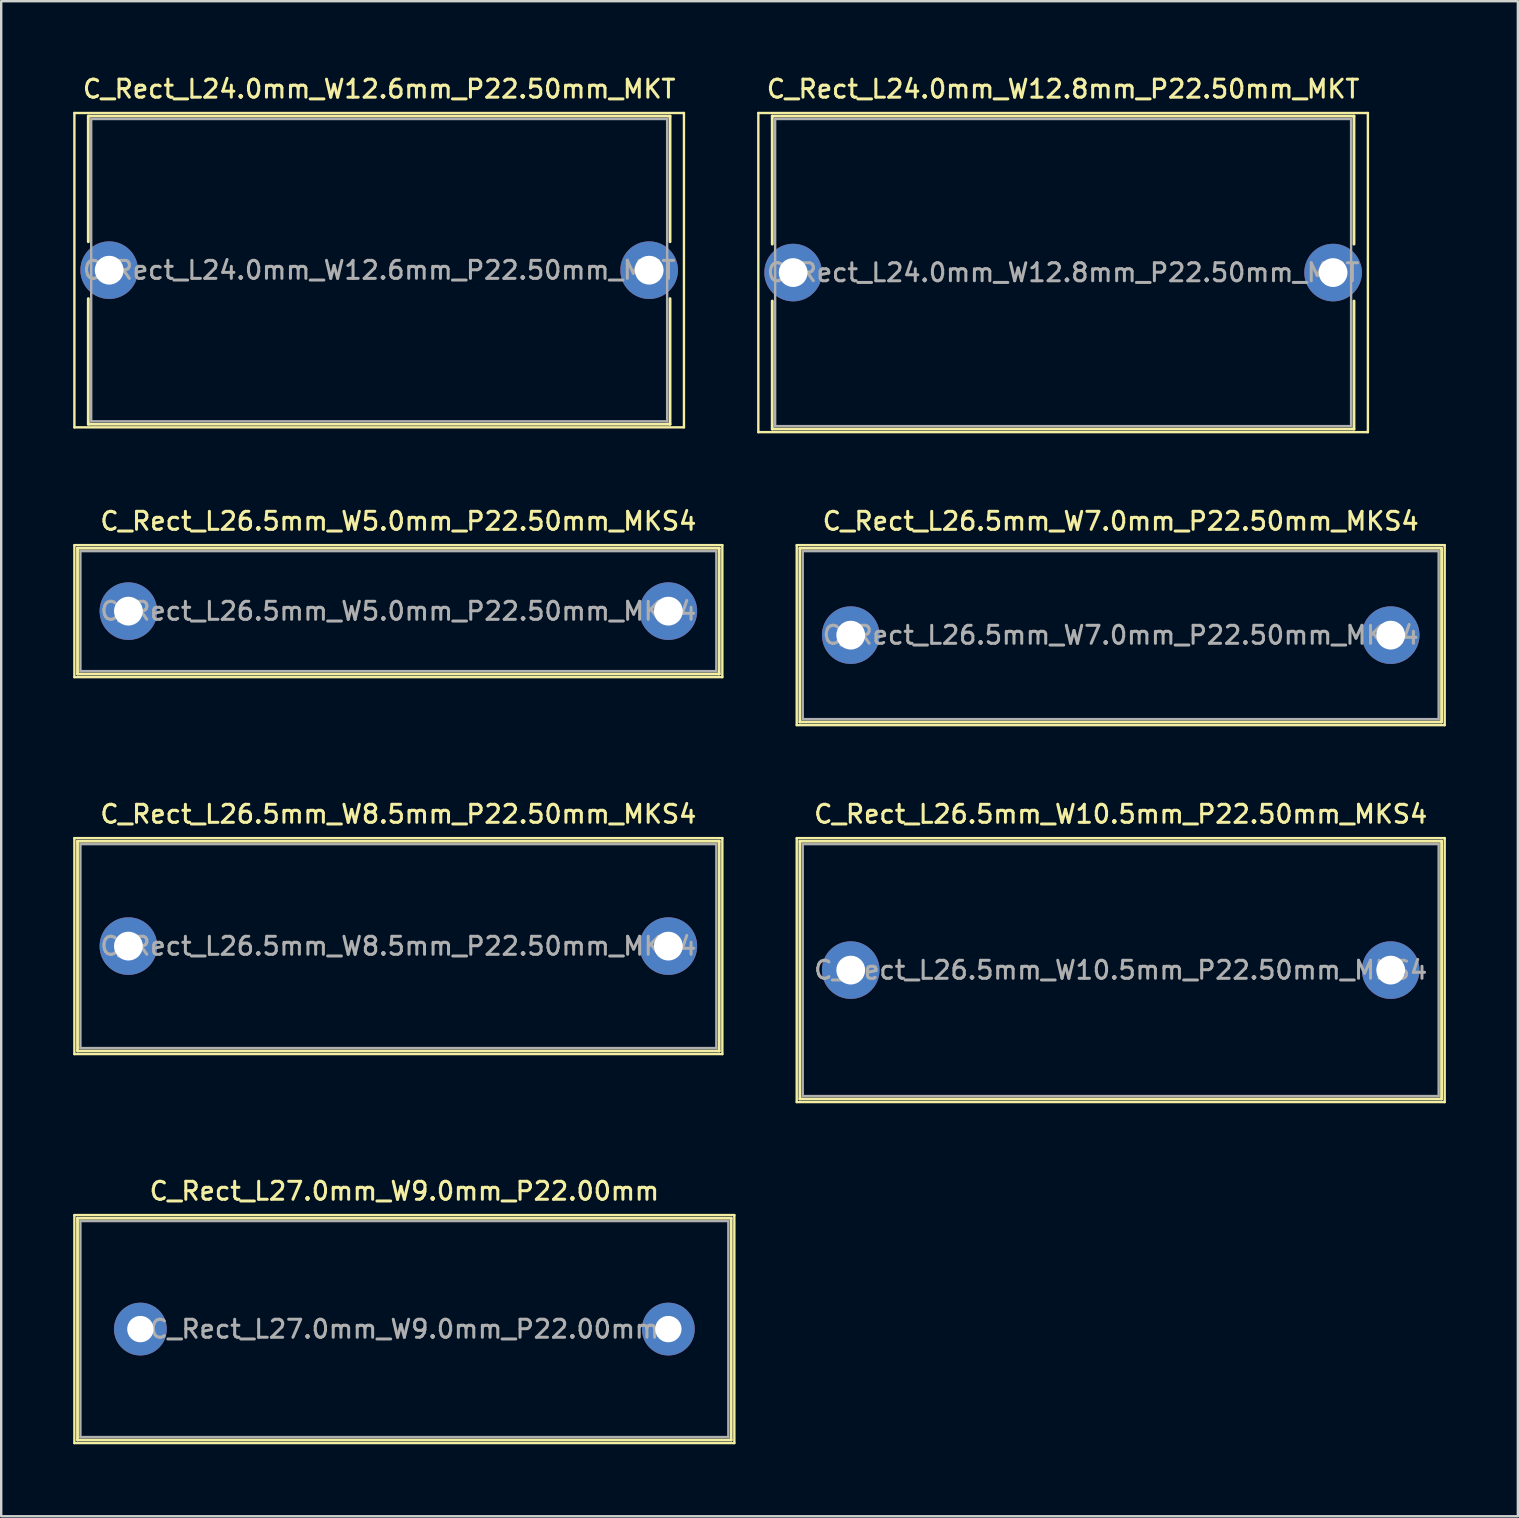
<source format=kicad_pcb>
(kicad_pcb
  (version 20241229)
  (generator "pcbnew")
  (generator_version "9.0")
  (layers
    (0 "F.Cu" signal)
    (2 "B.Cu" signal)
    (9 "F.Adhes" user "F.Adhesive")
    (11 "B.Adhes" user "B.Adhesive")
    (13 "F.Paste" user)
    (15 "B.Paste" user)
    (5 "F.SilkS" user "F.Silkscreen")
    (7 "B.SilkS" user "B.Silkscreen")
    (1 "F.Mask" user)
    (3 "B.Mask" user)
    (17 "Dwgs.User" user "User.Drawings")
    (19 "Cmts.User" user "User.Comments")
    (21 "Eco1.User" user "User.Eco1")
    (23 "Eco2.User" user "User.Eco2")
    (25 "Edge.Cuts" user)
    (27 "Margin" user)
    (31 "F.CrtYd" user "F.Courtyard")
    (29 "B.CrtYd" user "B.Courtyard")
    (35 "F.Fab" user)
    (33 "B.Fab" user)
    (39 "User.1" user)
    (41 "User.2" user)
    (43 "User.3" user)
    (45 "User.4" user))
  (footprint "C_Rect_L26.5mm_W5.0mm_P22.50mm_MKS4"
    (layer "F.Cu")
    (at 2.3 22.416)
    (property "Reference" "C_Rect_L26.5mm_W5.0mm_P22.50mm_MKS4" (at 11.25 -3.75 0) (layer "F.SilkS") (effects (font (size 0.75 0.75) (thickness 0.125))))
    (attr through_hole)
    (fp_line (start -2.25 -2.75) (end -2.25 2.75) (stroke (width 0.1) (type solid)) (layer "F.SilkS"))
    (fp_line (start -2.25 2.75) (end 24.75 2.75) (stroke (width 0.1) (type solid)) (layer "F.SilkS"))
    (fp_line (start -2.12 -2.62) (end -2.12 2.62) (stroke (width 0.12) (type solid)) (layer "F.SilkS"))
    (fp_line (start -2.12 -2.62) (end 24.62 -2.62) (stroke (width 0.12) (type solid)) (layer "F.SilkS"))
    (fp_line (start -2.12 2.62) (end 24.62 2.62) (stroke (width 0.12) (type solid)) (layer "F.SilkS"))
    (fp_line (start 24.62 -2.62) (end 24.62 2.62) (stroke (width 0.12) (type solid)) (layer "F.SilkS"))
    (fp_line (start 24.75 -2.75) (end -2.25 -2.75) (stroke (width 0.1) (type solid)) (layer "F.SilkS"))
    (fp_line (start 24.75 2.75) (end 24.75 -2.75) (stroke (width 0.1) (type solid)) (layer "F.SilkS"))
    (fp_line (start -2 -2.5) (end -2 2.5) (stroke (width 0.1) (type solid)) (layer "F.Fab"))
    (fp_line (start -2 2.5) (end 24.5 2.5) (stroke (width 0.1) (type solid)) (layer "F.Fab"))
    (fp_line (start 24.5 -2.5) (end -2 -2.5) (stroke (width 0.1) (type solid)) (layer "F.Fab"))
    (fp_line (start 24.5 2.5) (end 24.5 -2.5) (stroke (width 0.1) (type solid)) (layer "F.Fab"))
    (fp_text user "${REFERENCE}" (at 11.25 0 0) (layer "F.Fab") (effects (font (size 0.75 0.75) (thickness 0.125))))
    (pad "1" thru_hole circle (at 0 0) (size 2.4 2.4) (drill 1.2) (layers "*.Cu" "*.Mask"))
    (pad "2" thru_hole circle (at 22.5 0) (size 2.4 2.4) (drill 1.2) (layers "*.Cu" "*.Mask")))
  (footprint "C_Rect_L26.5mm_W10.5mm_P22.50mm_MKS4"
    (layer "F.Cu")
    (at 32.4 37.374)
    (property "Reference" "C_Rect_L26.5mm_W10.5mm_P22.50mm_MKS4" (at 11.25 -6.5 0) (layer "F.SilkS") (effects (font (size 0.75 0.75) (thickness 0.125))))
    (attr through_hole)
    (fp_line (start -2.25 -5.5) (end -2.25 5.5) (stroke (width 0.1) (type solid)) (layer "F.SilkS"))
    (fp_line (start -2.25 5.5) (end 24.75 5.5) (stroke (width 0.1) (type solid)) (layer "F.SilkS"))
    (fp_line (start -2.12 -5.37) (end -2.12 5.37) (stroke (width 0.12) (type solid)) (layer "F.SilkS"))
    (fp_line (start -2.12 -5.37) (end 24.62 -5.37) (stroke (width 0.12) (type solid)) (layer "F.SilkS"))
    (fp_line (start -2.12 5.37) (end 24.62 5.37) (stroke (width 0.12) (type solid)) (layer "F.SilkS"))
    (fp_line (start 24.62 -5.37) (end 24.62 5.37) (stroke (width 0.12) (type solid)) (layer "F.SilkS"))
    (fp_line (start 24.75 -5.5) (end -2.25 -5.5) (stroke (width 0.1) (type solid)) (layer "F.SilkS"))
    (fp_line (start 24.75 5.5) (end 24.75 -5.5) (stroke (width 0.1) (type solid)) (layer "F.SilkS"))
    (fp_line (start -2 -5.25) (end -2 5.25) (stroke (width 0.1) (type solid)) (layer "F.Fab"))
    (fp_line (start -2 5.25) (end 24.5 5.25) (stroke (width 0.1) (type solid)) (layer "F.Fab"))
    (fp_line (start 24.5 -5.25) (end -2 -5.25) (stroke (width 0.1) (type solid)) (layer "F.Fab"))
    (fp_line (start 24.5 5.25) (end 24.5 -5.25) (stroke (width 0.1) (type solid)) (layer "F.Fab"))
    (fp_text user "${REFERENCE}" (at 11.25 0 0) (layer "F.Fab") (effects (font (size 0.75 0.75) (thickness 0.125))))
    (pad "1" thru_hole circle (at 0 0) (size 2.4 2.4) (drill 1.2) (layers "*.Cu" "*.Mask"))
    (pad "2" thru_hole circle (at 22.5 0) (size 2.4 2.4) (drill 1.2) (layers "*.Cu" "*.Mask")))
  (footprint "C_Rect_L27.0mm_W9.0mm_P22.00mm"
    (layer "F.Cu")
    (at 2.8 52.333)
    (property "Reference" "C_Rect_L27.0mm_W9.0mm_P22.00mm" (at 11 -5.75 0) (layer "F.SilkS") (effects (font (size 0.75 0.75) (thickness 0.125))))
    (attr through_hole)
    (fp_line (start -2.75 -4.75) (end -2.75 4.75) (stroke (width 0.1) (type solid)) (layer "F.SilkS"))
    (fp_line (start -2.75 4.75) (end 24.75 4.75) (stroke (width 0.1) (type solid)) (layer "F.SilkS"))
    (fp_line (start -2.62 -4.62) (end -2.62 4.62) (stroke (width 0.12) (type solid)) (layer "F.SilkS"))
    (fp_line (start -2.62 -4.62) (end 24.62 -4.62) (stroke (width 0.12) (type solid)) (layer "F.SilkS"))
    (fp_line (start -2.62 4.62) (end 24.62 4.62) (stroke (width 0.12) (type solid)) (layer "F.SilkS"))
    (fp_line (start 24.62 -4.62) (end 24.62 4.62) (stroke (width 0.12) (type solid)) (layer "F.SilkS"))
    (fp_line (start 24.75 -4.75) (end -2.75 -4.75) (stroke (width 0.1) (type solid)) (layer "F.SilkS"))
    (fp_line (start 24.75 4.75) (end 24.75 -4.75) (stroke (width 0.1) (type solid)) (layer "F.SilkS"))
    (fp_line (start -2.5 -4.5) (end -2.5 4.5) (stroke (width 0.1) (type solid)) (layer "F.Fab"))
    (fp_line (start -2.5 4.5) (end 24.5 4.5) (stroke (width 0.1) (type solid)) (layer "F.Fab"))
    (fp_line (start 24.5 -4.5) (end -2.5 -4.5) (stroke (width 0.1) (type solid)) (layer "F.Fab"))
    (fp_line (start 24.5 4.5) (end 24.5 -4.5) (stroke (width 0.1) (type solid)) (layer "F.Fab"))
    (fp_text user "${REFERENCE}" (at 11 0 0) (layer "F.Fab") (effects (font (size 0.75 0.75) (thickness 0.125))))
    (pad "1" thru_hole circle (at 0 0) (size 2.2 2.2) (drill 1.1) (layers "*.Cu" "*.Mask"))
    (pad "2" thru_hole circle (at 22 0) (size 2.2 2.2) (drill 1.1) (layers "*.Cu" "*.Mask")))
  (footprint "C_Rect_L26.5mm_W8.5mm_P22.50mm_MKS4"
    (layer "F.Cu")
    (at 2.3 36.374)
    (property "Reference" "C_Rect_L26.5mm_W8.5mm_P22.50mm_MKS4" (at 11.25 -5.5 0) (layer "F.SilkS") (effects (font (size 0.75 0.75) (thickness 0.125))))
    (attr through_hole)
    (fp_line (start -2.25 -4.5) (end -2.25 4.5) (stroke (width 0.1) (type solid)) (layer "F.SilkS"))
    (fp_line (start -2.25 4.5) (end 24.75 4.5) (stroke (width 0.1) (type solid)) (layer "F.SilkS"))
    (fp_line (start -2.12 -4.37) (end -2.12 4.37) (stroke (width 0.12) (type solid)) (layer "F.SilkS"))
    (fp_line (start -2.12 -4.37) (end 24.62 -4.37) (stroke (width 0.12) (type solid)) (layer "F.SilkS"))
    (fp_line (start -2.12 4.37) (end 24.62 4.37) (stroke (width 0.12) (type solid)) (layer "F.SilkS"))
    (fp_line (start 24.62 -4.37) (end 24.62 4.37) (stroke (width 0.12) (type solid)) (layer "F.SilkS"))
    (fp_line (start 24.75 -4.5) (end -2.25 -4.5) (stroke (width 0.1) (type solid)) (layer "F.SilkS"))
    (fp_line (start 24.75 4.5) (end 24.75 -4.5) (stroke (width 0.1) (type solid)) (layer "F.SilkS"))
    (fp_line (start -2 -4.25) (end -2 4.25) (stroke (width 0.1) (type solid)) (layer "F.Fab"))
    (fp_line (start -2 4.25) (end 24.5 4.25) (stroke (width 0.1) (type solid)) (layer "F.Fab"))
    (fp_line (start 24.5 -4.25) (end -2 -4.25) (stroke (width 0.1) (type solid)) (layer "F.Fab"))
    (fp_line (start 24.5 4.25) (end 24.5 -4.25) (stroke (width 0.1) (type solid)) (layer "F.Fab"))
    (fp_text user "${REFERENCE}" (at 11.25 0 0) (layer "F.Fab") (effects (font (size 0.75 0.75) (thickness 0.125))))
    (pad "1" thru_hole circle (at 0 0) (size 2.4 2.4) (drill 1.2) (layers "*.Cu" "*.Mask"))
    (pad "2" thru_hole circle (at 22.5 0) (size 2.4 2.4) (drill 1.2) (layers "*.Cu" "*.Mask")))
  (footprint "C_Rect_L26.5mm_W7.0mm_P22.50mm_MKS4"
    (layer "F.Cu")
    (at 32.4 23.416)
    (property "Reference" "C_Rect_L26.5mm_W7.0mm_P22.50mm_MKS4" (at 11.25 -4.75 0) (layer "F.SilkS") (effects (font (size 0.75 0.75) (thickness 0.125))))
    (attr through_hole)
    (fp_line (start -2.25 -3.75) (end -2.25 3.75) (stroke (width 0.1) (type solid)) (layer "F.SilkS"))
    (fp_line (start -2.25 3.75) (end 24.75 3.75) (stroke (width 0.1) (type solid)) (layer "F.SilkS"))
    (fp_line (start -2.12 -3.62) (end -2.12 3.62) (stroke (width 0.12) (type solid)) (layer "F.SilkS"))
    (fp_line (start -2.12 -3.62) (end 24.62 -3.62) (stroke (width 0.12) (type solid)) (layer "F.SilkS"))
    (fp_line (start -2.12 3.62) (end 24.62 3.62) (stroke (width 0.12) (type solid)) (layer "F.SilkS"))
    (fp_line (start 24.62 -3.62) (end 24.62 3.62) (stroke (width 0.12) (type solid)) (layer "F.SilkS"))
    (fp_line (start 24.75 -3.75) (end -2.25 -3.75) (stroke (width 0.1) (type solid)) (layer "F.SilkS"))
    (fp_line (start 24.75 3.75) (end 24.75 -3.75) (stroke (width 0.1) (type solid)) (layer "F.SilkS"))
    (fp_line (start -2 -3.5) (end -2 3.5) (stroke (width 0.1) (type solid)) (layer "F.Fab"))
    (fp_line (start -2 3.5) (end 24.5 3.5) (stroke (width 0.1) (type solid)) (layer "F.Fab"))
    (fp_line (start 24.5 -3.5) (end -2 -3.5) (stroke (width 0.1) (type solid)) (layer "F.Fab"))
    (fp_line (start 24.5 3.5) (end 24.5 -3.5) (stroke (width 0.1) (type solid)) (layer "F.Fab"))
    (fp_text user "${REFERENCE}" (at 11.25 0 0) (layer "F.Fab") (effects (font (size 0.75 0.75) (thickness 0.125))))
    (pad "1" thru_hole circle (at 0 0) (size 2.4 2.4) (drill 1.2) (layers "*.Cu" "*.Mask"))
    (pad "2" thru_hole circle (at 22.5 0) (size 2.4 2.4) (drill 1.2) (layers "*.Cu" "*.Mask")))
  (footprint "C_Rect_L24.0mm_W12.8mm_P22.50mm_MKT"
    (layer "F.Cu")
    (at 30 8.308)
    (property "Reference" "C_Rect_L24.0mm_W12.8mm_P22.50mm_MKT" (at 11.25 -7.65 0) (layer "F.SilkS") (effects (font (size 0.75 0.75) (thickness 0.125))))
    (attr through_hole)
    (fp_line (start -1.45 -6.65) (end -1.45 6.65) (stroke (width 0.1) (type solid)) (layer "F.SilkS"))
    (fp_line (start -1.45 6.65) (end 23.95 6.65) (stroke (width 0.1) (type solid)) (layer "F.SilkS"))
    (fp_line (start -0.87 -6.52) (end -0.87 -1.185) (stroke (width 0.12) (type solid)) (layer "F.SilkS"))
    (fp_line (start -0.87 -6.52) (end 23.37 -6.52) (stroke (width 0.12) (type solid)) (layer "F.SilkS"))
    (fp_line (start -0.87 1.185) (end -0.87 6.52) (stroke (width 0.12) (type solid)) (layer "F.SilkS"))
    (fp_line (start -0.87 6.52) (end 23.37 6.52) (stroke (width 0.12) (type solid)) (layer "F.SilkS"))
    (fp_line (start 23.37 -6.52) (end 23.37 -1.185) (stroke (width 0.12) (type solid)) (layer "F.SilkS"))
    (fp_line (start 23.37 1.185) (end 23.37 6.52) (stroke (width 0.12) (type solid)) (layer "F.SilkS"))
    (fp_line (start 23.95 -6.65) (end -1.45 -6.65) (stroke (width 0.1) (type solid)) (layer "F.SilkS"))
    (fp_line (start 23.95 6.65) (end 23.95 -6.65) (stroke (width 0.1) (type solid)) (layer "F.SilkS"))
    (fp_line (start -0.75 -6.4) (end -0.75 6.4) (stroke (width 0.1) (type solid)) (layer "F.Fab"))
    (fp_line (start -0.75 6.4) (end 23.25 6.4) (stroke (width 0.1) (type solid)) (layer "F.Fab"))
    (fp_line (start 23.25 -6.4) (end -0.75 -6.4) (stroke (width 0.1) (type solid)) (layer "F.Fab"))
    (fp_line (start 23.25 6.4) (end 23.25 -6.4) (stroke (width 0.1) (type solid)) (layer "F.Fab"))
    (fp_text user "${REFERENCE}" (at 11.25 0 0) (layer "F.Fab") (effects (font (size 0.75 0.75) (thickness 0.125))))
    (pad "1" thru_hole circle (at 0 0) (size 2.4 2.4) (drill 1.2) (layers "*.Cu" "*.Mask"))
    (pad "2" thru_hole circle (at 22.5 0) (size 2.4 2.4) (drill 1.2) (layers "*.Cu" "*.Mask")))
  (footprint "C_Rect_L24.0mm_W12.6mm_P22.50mm_MKT"
    (layer "F.Cu")
    (at 1.5 8.208)
    (property "Reference" "C_Rect_L24.0mm_W12.6mm_P22.50mm_MKT" (at 11.25 -7.55 0) (layer "F.SilkS") (effects (font (size 0.75 0.75) (thickness 0.125))))
    (attr through_hole)
    (fp_line (start -1.45 -6.55) (end -1.45 6.55) (stroke (width 0.1) (type solid)) (layer "F.SilkS"))
    (fp_line (start -1.45 6.55) (end 23.95 6.55) (stroke (width 0.1) (type solid)) (layer "F.SilkS"))
    (fp_line (start -0.87 -6.42) (end -0.87 -1.185) (stroke (width 0.12) (type solid)) (layer "F.SilkS"))
    (fp_line (start -0.87 -6.42) (end 23.37 -6.42) (stroke (width 0.12) (type solid)) (layer "F.SilkS"))
    (fp_line (start -0.87 1.185) (end -0.87 6.42) (stroke (width 0.12) (type solid)) (layer "F.SilkS"))
    (fp_line (start -0.87 6.42) (end 23.37 6.42) (stroke (width 0.12) (type solid)) (layer "F.SilkS"))
    (fp_line (start 23.37 -6.42) (end 23.37 -1.185) (stroke (width 0.12) (type solid)) (layer "F.SilkS"))
    (fp_line (start 23.37 1.185) (end 23.37 6.42) (stroke (width 0.12) (type solid)) (layer "F.SilkS"))
    (fp_line (start 23.95 -6.55) (end -1.45 -6.55) (stroke (width 0.1) (type solid)) (layer "F.SilkS"))
    (fp_line (start 23.95 6.55) (end 23.95 -6.55) (stroke (width 0.1) (type solid)) (layer "F.SilkS"))
    (fp_line (start -0.75 -6.3) (end -0.75 6.3) (stroke (width 0.1) (type solid)) (layer "F.Fab"))
    (fp_line (start -0.75 6.3) (end 23.25 6.3) (stroke (width 0.1) (type solid)) (layer "F.Fab"))
    (fp_line (start 23.25 -6.3) (end -0.75 -6.3) (stroke (width 0.1) (type solid)) (layer "F.Fab"))
    (fp_line (start 23.25 6.3) (end 23.25 -6.3) (stroke (width 0.1) (type solid)) (layer "F.Fab"))
    (fp_text user "${REFERENCE}" (at 11.25 0 0) (layer "F.Fab") (effects (font (size 0.75 0.75) (thickness 0.125))))
    (pad "1" thru_hole circle (at 0 0) (size 2.4 2.4) (drill 1.2) (layers "*.Cu" "*.Mask"))
    (pad "2" thru_hole circle (at 22.5 0) (size 2.4 2.4) (drill 1.2) (layers "*.Cu" "*.Mask")))
  (gr_rect
    (start -3 -3)
    (end 60.2 60.133)
    (stroke (width 0.1) (type default))
    (fill no)
    (layer "Edge.Cuts")))
</source>
